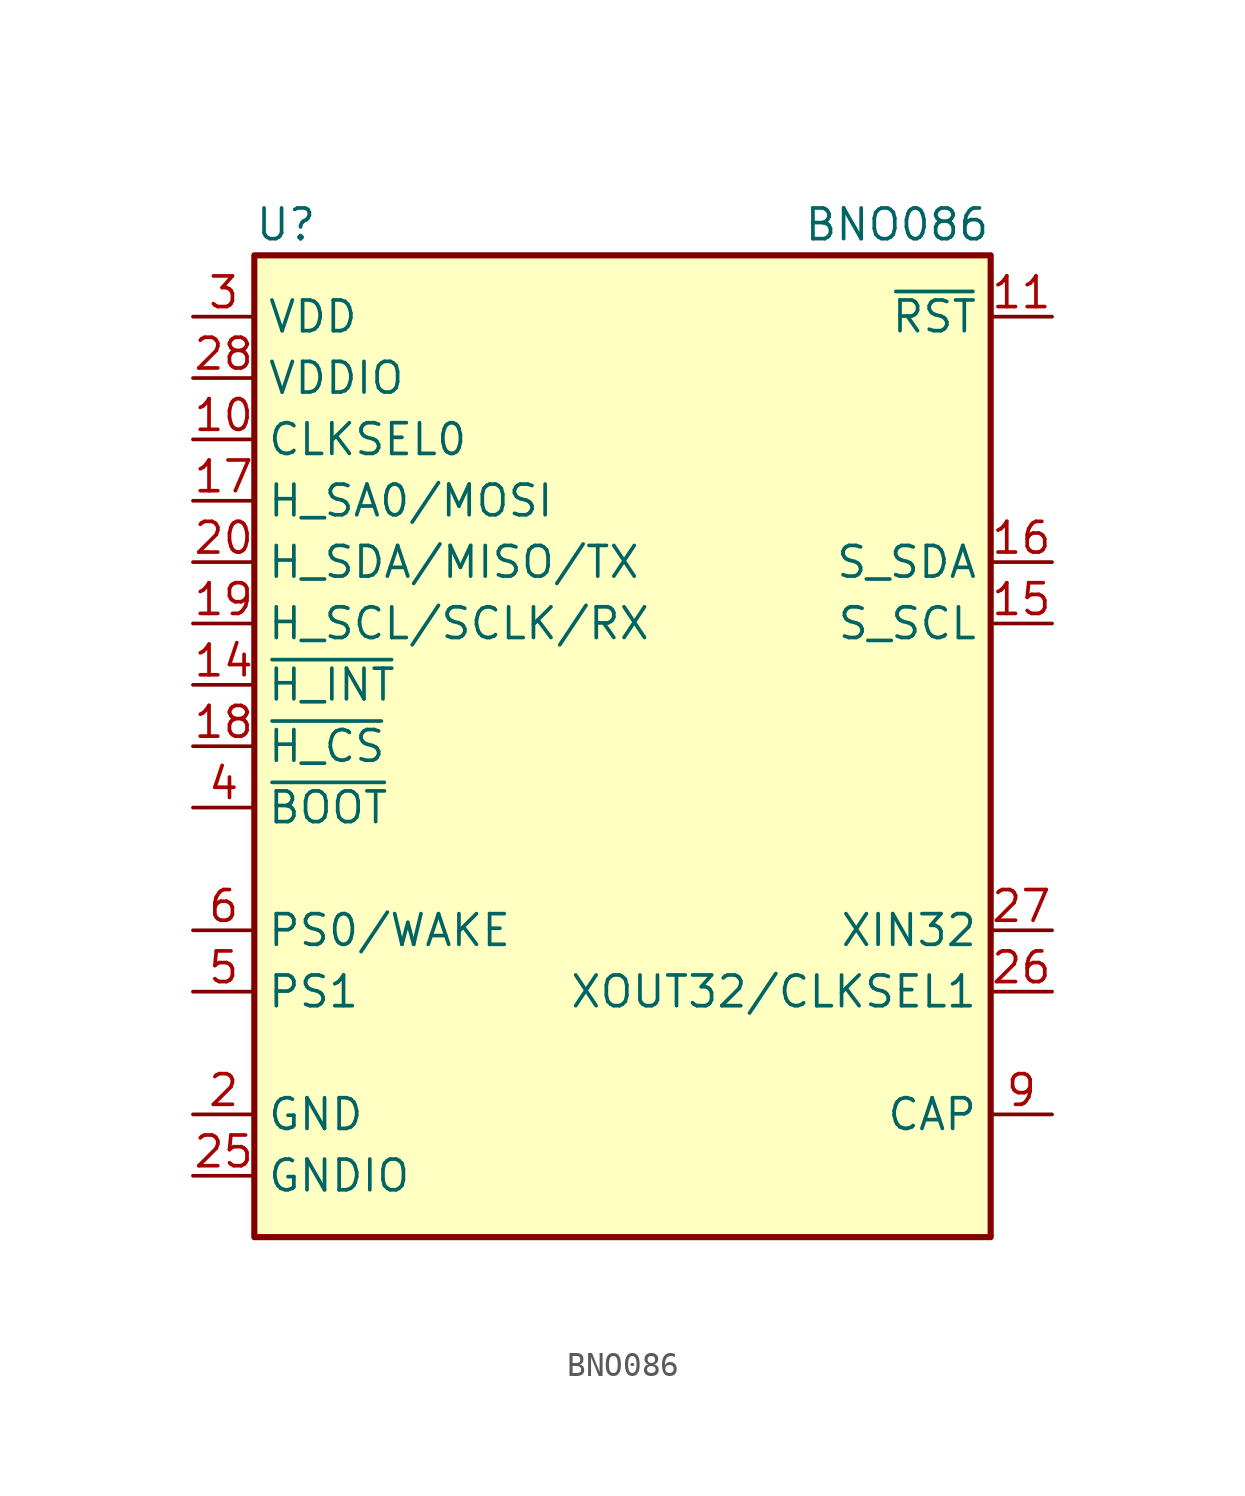
<source format=kicad_sym>
(kicad_symbol_lib
  (version 20231120)
  (generator "kicad_symbol_editor")
  (generator_version "8.0")
  (symbol "BNO086"
    (property "Reference" "U"
      (at -15.24 21.59 0)
      (effects (font (size 1.27 1.27)) (justify left)))
    (property "Value" "BNO086"
      (at 15.24 21.59 0)
      (effects (font (size 1.27 1.27)) (justify right)))
    (symbol "BNO086_1_0"
      (pin no_connect line (at 17.78 -17.78 180) (length 2.54) hide (name "RESV_NC" (effects (font (size 1.27 1.27)))) (number "1" (effects (font (size 1.27 1.27)))))
      (pin no_connect line (at 17.78 -17.78 180) (length 2.54) hide (name "RESV_NC" (effects (font (size 1.27 1.27)))) (number "12" (effects (font (size 1.27 1.27)))))
      (pin no_connect line (at 17.78 -17.78 180) (length 2.54) hide (name "RESV_NC" (effects (font (size 1.27 1.27)))) (number "13" (effects (font (size 1.27 1.27)))))
      (pin no_connect line (at 17.78 -17.78 180) (length 2.54) hide (name "RESV_NC" (effects (font (size 1.27 1.27)))) (number "21" (effects (font (size 1.27 1.27)))))
      (pin no_connect line (at 17.78 -17.78 180) (length 2.54) hide (name "RESV_NC" (effects (font (size 1.27 1.27)))) (number "22" (effects (font (size 1.27 1.27)))))
      (pin no_connect line (at 17.78 -17.78 180) (length 2.54) hide (name "RESV_NC" (effects (font (size 1.27 1.27)))) (number "23" (effects (font (size 1.27 1.27)))))
      (pin no_connect line (at 17.78 -17.78 180) (length 2.54) hide (name "RESV_NC" (effects (font (size 1.27 1.27)))) (number "24" (effects (font (size 1.27 1.27)))))
      (pin no_connect line (at 17.78 -17.78 180) (length 2.54) hide (name "RESV_NC" (effects (font (size 1.27 1.27)))) (number "7" (effects (font (size 1.27 1.27)))))
      (pin no_connect line (at 17.78 -17.78 180) (length 2.54) hide (name "RESV_NC" (effects (font (size 1.27 1.27)))) (number "8" (effects (font (size 1.27 1.27))))))
    (symbol "BNO086_1_1"
      (rectangle (start -15.24 20.32) (end 15.24 -20.32) (stroke (width 0.254) (type default)) (fill (type background)))
      (pin input line (at -17.78 12.7 0) (length 2.54) (name "CLKSEL0" (effects (font (size 1.27 1.27)))) (number "10" (effects (font (size 1.27 1.27)))))
      (pin input line (at 17.78 17.78 180) (length 2.54) (name "~{RST}" (effects (font (size 1.27 1.27)))) (number "11" (effects (font (size 1.27 1.27)))))
      (pin output line (at -17.78 2.54 0) (length 2.54) (name "~{H_INT}" (effects (font (size 1.27 1.27)))) (number "14" (effects (font (size 1.27 1.27)))))
      (pin bidirectional line (at 17.78 5.08 180) (length 2.54) (name "S_SCL" (effects (font (size 1.27 1.27)))) (number "15" (effects (font (size 1.27 1.27)))))
      (pin bidirectional line (at 17.78 7.62 180) (length 2.54) (name "S_SDA" (effects (font (size 1.27 1.27)))) (number "16" (effects (font (size 1.27 1.27)))))
      (pin input line (at -17.78 10.16 0) (length 2.54) (name "H_SA0/MOSI" (effects (font (size 1.27 1.27)))) (number "17" (effects (font (size 1.27 1.27)))))
      (pin input line (at -17.78 0 0) (length 2.54) (name "~{H_CS}" (effects (font (size 1.27 1.27)))) (number "18" (effects (font (size 1.27 1.27)))))
      (pin bidirectional line (at -17.78 5.08 0) (length 2.54) (name "H_SCL/SCLK/RX" (effects (font (size 1.27 1.27)))) (number "19" (effects (font (size 1.27 1.27)))))
      (pin power_in line (at -17.78 -15.24 0) (length 2.54) (name "GND" (effects (font (size 1.27 1.27)))) (number "2" (effects (font (size 1.27 1.27)))))
      (pin bidirectional line (at -17.78 7.62 0) (length 2.54) (name "H_SDA/MISO/TX" (effects (font (size 1.27 1.27)))) (number "20" (effects (font (size 1.27 1.27)))))
      (pin power_in line (at -17.78 -17.78 0) (length 2.54) (name "GNDIO" (effects (font (size 1.27 1.27)))) (number "25" (effects (font (size 1.27 1.27)))))
      (pin output line (at 17.78 -10.16 180) (length 2.54) (name "XOUT32/CLKSEL1" (effects (font (size 1.27 1.27)))) (number "26" (effects (font (size 1.27 1.27)))))
      (pin input line (at 17.78 -7.62 180) (length 2.54) (name "XIN32" (effects (font (size 1.27 1.27)))) (number "27" (effects (font (size 1.27 1.27)))))
      (pin power_in line (at -17.78 15.24 0) (length 2.54) (name "VDDIO" (effects (font (size 1.27 1.27)))) (number "28" (effects (font (size 1.27 1.27)))))
      (pin power_in line (at -17.78 17.78 0) (length 2.54) (name "VDD" (effects (font (size 1.27 1.27)))) (number "3" (effects (font (size 1.27 1.27)))))
      (pin input line (at -17.78 -2.54 0) (length 2.54) (name "~{BOOT}" (effects (font (size 1.27 1.27)))) (number "4" (effects (font (size 1.27 1.27)))))
      (pin input line (at -17.78 -10.16 0) (length 2.54) (name "PS1" (effects (font (size 1.27 1.27)))) (number "5" (effects (font (size 1.27 1.27)))))
      (pin input line (at -17.78 -7.62 0) (length 2.54) (name "PS0/WAKE" (effects (font (size 1.27 1.27)))) (number "6" (effects (font (size 1.27 1.27)))))
      (pin passive line (at 17.78 -15.24 180) (length 2.54) (name "CAP" (effects (font (size 1.27 1.27)))) (number "9" (effects (font (size 1.27 1.27))))))))
</source>
